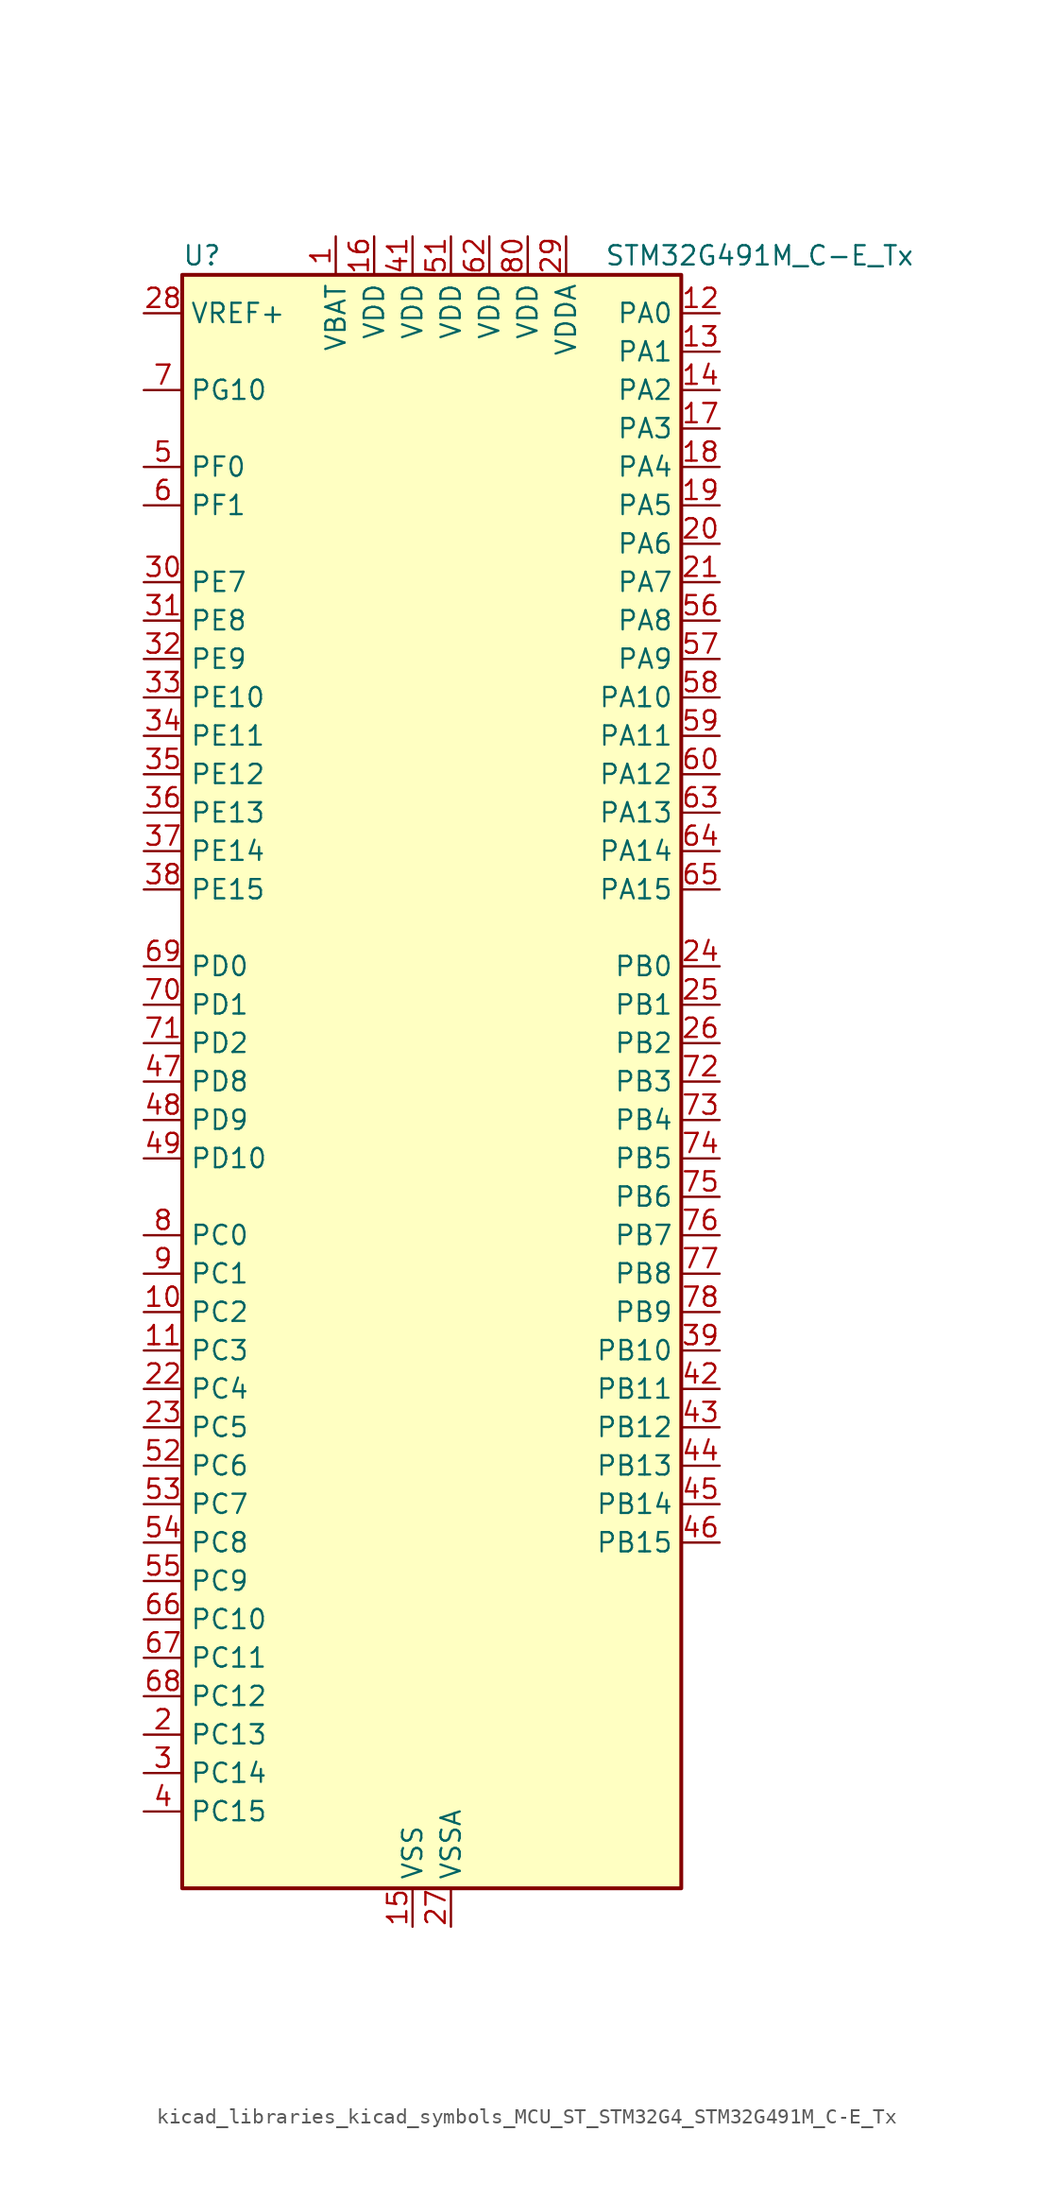
<source format=kicad_sym>
(kicad_symbol_lib
  (version 20220914)
  (generator kicad_symbol_editor)
  (symbol "kicad_libraries_kicad_symbols_MCU_ST_STM32G4_STM32G491M_C-E_Tx"
    (property "Reference" "U"
      (at -15.24 54.61 0)
      (effects (font (size 1.27 1.27)) (justify left)))
    (property "Value" "STM32G491M_C-E_Tx"
      (at 12.7 54.61 0)
      (effects (font (size 1.27 1.27)) (justify left)))
    (property "ki_locked" ""
      (at 0 0 0)
      (effects (font (size 1.27 1.27))))
    (symbol "kicad_libraries_kicad_symbols_MCU_ST_STM32G4_STM32G491M_C-E_Tx_0_1"
      (rectangle (start -15.24 -53.34) (end 17.78 53.34) (stroke (width 0.254) (type default)) (fill (type background))))
    (symbol "kicad_libraries_kicad_symbols_MCU_ST_STM32G4_STM32G491M_C-E_Tx_1_1"
      (pin power_in line (at -5.08 55.88 270) (length 2.54) (name "VBAT" (effects (font (size 1.27 1.27)))) (number "1" (effects (font (size 1.27 1.27)))))
      (pin bidirectional line (at -17.78 -15.24 0) (length 2.54) (name "PC2" (effects (font (size 1.27 1.27)))) (number "10" (effects (font (size 1.27 1.27)))) (alternate "ADC1_IN8" bidirectional line) (alternate "ADC2_IN8" bidirectional line) (alternate "ADC3_EXTI2" bidirectional line) (alternate "COMP3_OUT" bidirectional line) (alternate "LPTIM1_IN2" bidirectional line) (alternate "QUADSPI1_BK2_IO1" bidirectional line) (alternate "TIM1_CH3" bidirectional line) (alternate "TIM20_CH2" bidirectional line))
      (pin bidirectional line (at -17.78 -17.78 0) (length 2.54) (name "PC3" (effects (font (size 1.27 1.27)))) (number "11" (effects (font (size 1.27 1.27)))) (alternate "ADC1_IN9" bidirectional line) (alternate "ADC2_IN9" bidirectional line) (alternate "ADC3_EXTI3" bidirectional line) (alternate "LPTIM1_ETR" bidirectional line) (alternate "QUADSPI1_BK2_IO2" bidirectional line) (alternate "SAI1_D1" bidirectional line) (alternate "SAI1_SD_A" bidirectional line) (alternate "TIM1_BKIN2" bidirectional line) (alternate "TIM1_CH4" bidirectional line))
      (pin bidirectional line (at 20.32 50.8 180) (length 2.54) (name "PA0" (effects (font (size 1.27 1.27)))) (number "12" (effects (font (size 1.27 1.27)))) (alternate "ADC1_IN1" bidirectional line) (alternate "ADC2_IN1" bidirectional line) (alternate "COMP1_INM" bidirectional line) (alternate "COMP1_OUT" bidirectional line) (alternate "COMP3_INP" bidirectional line) (alternate "RTC_TAMP2" bidirectional line) (alternate "SYS_WKUP1" bidirectional line) (alternate "TIM2_CH1" bidirectional line) (alternate "TIM2_ETR" bidirectional line) (alternate "TIM8_BKIN" bidirectional line) (alternate "TIM8_ETR" bidirectional line) (alternate "USART2_CTS" bidirectional line) (alternate "USART2_NSS" bidirectional line))
      (pin bidirectional line (at 20.32 48.26 180) (length 2.54) (name "PA1" (effects (font (size 1.27 1.27)))) (number "13" (effects (font (size 1.27 1.27)))) (alternate "ADC1_IN2" bidirectional line) (alternate "ADC2_IN2" bidirectional line) (alternate "COMP1_INP" bidirectional line) (alternate "OPAMP1_VINP" bidirectional line) (alternate "OPAMP1_VINP_SEC" bidirectional line) (alternate "OPAMP3_VINP" bidirectional line) (alternate "OPAMP3_VINP_SEC" bidirectional line) (alternate "OPAMP6_VINM" bidirectional line) (alternate "OPAMP6_VINM0" bidirectional line) (alternate "OPAMP6_VINM_SEC" bidirectional line) (alternate "RTC_REFIN" bidirectional line) (alternate "TIM15_CH1N" bidirectional line) (alternate "TIM2_CH2" bidirectional line) (alternate "USART2_DE" bidirectional line) (alternate "USART2_RTS" bidirectional line))
      (pin bidirectional line (at 20.32 45.72 180) (length 2.54) (name "PA2" (effects (font (size 1.27 1.27)))) (number "14" (effects (font (size 1.27 1.27)))) (alternate "ADC1_IN3" bidirectional line) (alternate "ADC3_EXTI2" bidirectional line) (alternate "COMP2_INM" bidirectional line) (alternate "COMP2_OUT" bidirectional line) (alternate "LPUART1_TX" bidirectional line) (alternate "OPAMP1_VOUT" bidirectional line) (alternate "QUADSPI1_BK1_NCS" bidirectional line) (alternate "RCC_LSCO" bidirectional line) (alternate "SYS_WKUP4" bidirectional line) (alternate "TIM15_CH1" bidirectional line) (alternate "TIM2_CH3" bidirectional line) (alternate "UCPD1_FRSTX1" bidirectional line) (alternate "UCPD1_FRSTX2" bidirectional line) (alternate "USART2_TX" bidirectional line))
      (pin power_in line (at 0 -55.88 90) (length 2.54) (name "VSS" (effects (font (size 1.27 1.27)))) (number "15" (effects (font (size 1.27 1.27)))))
      (pin power_in line (at -2.54 55.88 270) (length 2.54) (name "VDD" (effects (font (size 1.27 1.27)))) (number "16" (effects (font (size 1.27 1.27)))))
      (pin bidirectional line (at 20.32 43.18 180) (length 2.54) (name "PA3" (effects (font (size 1.27 1.27)))) (number "17" (effects (font (size 1.27 1.27)))) (alternate "ADC1_IN4" bidirectional line) (alternate "ADC3_EXTI3" bidirectional line) (alternate "COMP2_INP" bidirectional line) (alternate "LPUART1_RX" bidirectional line) (alternate "OPAMP1_VINM" bidirectional line) (alternate "OPAMP1_VINM0" bidirectional line) (alternate "OPAMP1_VINM_SEC" bidirectional line) (alternate "OPAMP1_VINP" bidirectional line) (alternate "OPAMP1_VINP_SEC" bidirectional line) (alternate "QUADSPI1_CLK" bidirectional line) (alternate "SAI1_CK1" bidirectional line) (alternate "SAI1_MCLK_A" bidirectional line) (alternate "TIM15_CH2" bidirectional line) (alternate "TIM2_CH4" bidirectional line) (alternate "USART2_RX" bidirectional line))
      (pin bidirectional line (at 20.32 40.64 180) (length 2.54) (name "PA4" (effects (font (size 1.27 1.27)))) (number "18" (effects (font (size 1.27 1.27)))) (alternate "ADC2_IN17" bidirectional line) (alternate "COMP1_INM" bidirectional line) (alternate "DAC1_OUT1" bidirectional line) (alternate "I2S3_WS" bidirectional line) (alternate "SAI1_FS_B" bidirectional line) (alternate "SPI1_NSS" bidirectional line) (alternate "SPI3_NSS" bidirectional line) (alternate "TIM3_CH2" bidirectional line) (alternate "USART2_CK" bidirectional line))
      (pin bidirectional line (at 20.32 38.1 180) (length 2.54) (name "PA5" (effects (font (size 1.27 1.27)))) (number "19" (effects (font (size 1.27 1.27)))) (alternate "ADC2_IN13" bidirectional line) (alternate "COMP2_INM" bidirectional line) (alternate "DAC1_OUT2" bidirectional line) (alternate "OPAMP2_VINM" bidirectional line) (alternate "OPAMP2_VINM0" bidirectional line) (alternate "OPAMP2_VINM_SEC" bidirectional line) (alternate "SPI1_SCK" bidirectional line) (alternate "TIM2_CH1" bidirectional line) (alternate "TIM2_ETR" bidirectional line) (alternate "UCPD1_FRSTX1" bidirectional line) (alternate "UCPD1_FRSTX2" bidirectional line))
      (pin bidirectional line (at -17.78 -43.18 0) (length 2.54) (name "PC13" (effects (font (size 1.27 1.27)))) (number "2" (effects (font (size 1.27 1.27)))) (alternate "RTC_OUT1" bidirectional line) (alternate "RTC_TAMP1" bidirectional line) (alternate "RTC_TS" bidirectional line) (alternate "SYS_WKUP2" bidirectional line) (alternate "TIM1_BKIN" bidirectional line) (alternate "TIM1_CH1N" bidirectional line) (alternate "TIM8_CH4N" bidirectional line))
      (pin bidirectional line (at 20.32 35.56 180) (length 2.54) (name "PA6" (effects (font (size 1.27 1.27)))) (number "20" (effects (font (size 1.27 1.27)))) (alternate "ADC2_IN3" bidirectional line) (alternate "COMP1_OUT" bidirectional line) (alternate "LPUART1_CTS" bidirectional line) (alternate "OPAMP2_VOUT" bidirectional line) (alternate "QUADSPI1_BK1_IO3" bidirectional line) (alternate "SPI1_MISO" bidirectional line) (alternate "TIM16_CH1" bidirectional line) (alternate "TIM1_BKIN" bidirectional line) (alternate "TIM3_CH1" bidirectional line) (alternate "TIM8_BKIN" bidirectional line))
      (pin bidirectional line (at 20.32 33.02 180) (length 2.54) (name "PA7" (effects (font (size 1.27 1.27)))) (number "21" (effects (font (size 1.27 1.27)))) (alternate "ADC2_IN4" bidirectional line) (alternate "COMP2_INP" bidirectional line) (alternate "COMP2_OUT" bidirectional line) (alternate "OPAMP1_VINP" bidirectional line) (alternate "OPAMP1_VINP_SEC" bidirectional line) (alternate "OPAMP2_VINP" bidirectional line) (alternate "OPAMP2_VINP_SEC" bidirectional line) (alternate "QUADSPI1_BK1_IO2" bidirectional line) (alternate "SPI1_MOSI" bidirectional line) (alternate "TIM17_CH1" bidirectional line) (alternate "TIM1_CH1N" bidirectional line) (alternate "TIM3_CH2" bidirectional line) (alternate "TIM8_CH1N" bidirectional line) (alternate "UCPD1_FRSTX1" bidirectional line) (alternate "UCPD1_FRSTX2" bidirectional line))
      (pin bidirectional line (at -17.78 -20.32 0) (length 2.54) (name "PC4" (effects (font (size 1.27 1.27)))) (number "22" (effects (font (size 1.27 1.27)))) (alternate "ADC2_IN5" bidirectional line) (alternate "I2C2_SCL" bidirectional line) (alternate "QUADSPI1_BK2_IO3" bidirectional line) (alternate "TIM1_ETR" bidirectional line) (alternate "USART1_TX" bidirectional line))
      (pin bidirectional line (at -17.78 -22.86 0) (length 2.54) (name "PC5" (effects (font (size 1.27 1.27)))) (number "23" (effects (font (size 1.27 1.27)))) (alternate "ADC2_IN11" bidirectional line) (alternate "OPAMP1_VINM" bidirectional line) (alternate "OPAMP1_VINM1" bidirectional line) (alternate "OPAMP1_VINM_SEC" bidirectional line) (alternate "OPAMP2_VINM" bidirectional line) (alternate "OPAMP2_VINM1" bidirectional line) (alternate "OPAMP2_VINM_SEC" bidirectional line) (alternate "SAI1_D3" bidirectional line) (alternate "SYS_WKUP5" bidirectional line) (alternate "TIM15_BKIN" bidirectional line) (alternate "TIM1_CH4N" bidirectional line) (alternate "USART1_RX" bidirectional line))
      (pin bidirectional line (at 20.32 7.62 180) (length 2.54) (name "PB0" (effects (font (size 1.27 1.27)))) (number "24" (effects (font (size 1.27 1.27)))) (alternate "ADC1_IN15" bidirectional line) (alternate "ADC3_IN12" bidirectional line) (alternate "COMP4_INP" bidirectional line) (alternate "OPAMP2_VINP" bidirectional line) (alternate "OPAMP2_VINP_SEC" bidirectional line) (alternate "OPAMP3_VINP" bidirectional line) (alternate "OPAMP3_VINP_SEC" bidirectional line) (alternate "QUADSPI1_BK1_IO1" bidirectional line) (alternate "TIM1_CH2N" bidirectional line) (alternate "TIM3_CH3" bidirectional line) (alternate "TIM8_CH2N" bidirectional line) (alternate "UCPD1_FRSTX1" bidirectional line) (alternate "UCPD1_FRSTX2" bidirectional line))
      (pin bidirectional line (at 20.32 5.08 180) (length 2.54) (name "PB1" (effects (font (size 1.27 1.27)))) (number "25" (effects (font (size 1.27 1.27)))) (alternate "ADC1_IN12" bidirectional line) (alternate "ADC3_IN1" bidirectional line) (alternate "COMP1_INP" bidirectional line) (alternate "COMP4_OUT" bidirectional line) (alternate "LPUART1_DE" bidirectional line) (alternate "LPUART1_RTS" bidirectional line) (alternate "OPAMP3_VOUT" bidirectional line) (alternate "OPAMP6_VINM" bidirectional line) (alternate "OPAMP6_VINM1" bidirectional line) (alternate "OPAMP6_VINM_SEC" bidirectional line) (alternate "QUADSPI1_BK1_IO0" bidirectional line) (alternate "TIM1_CH3N" bidirectional line) (alternate "TIM3_CH4" bidirectional line) (alternate "TIM8_CH3N" bidirectional line))
      (pin bidirectional line (at 20.32 2.54 180) (length 2.54) (name "PB2" (effects (font (size 1.27 1.27)))) (number "26" (effects (font (size 1.27 1.27)))) (alternate "ADC2_IN12" bidirectional line) (alternate "ADC3_EXTI2" bidirectional line) (alternate "COMP4_INM" bidirectional line) (alternate "I2C3_SMBA" bidirectional line) (alternate "LPTIM1_OUT" bidirectional line) (alternate "OPAMP3_VINM" bidirectional line) (alternate "OPAMP3_VINM0" bidirectional line) (alternate "OPAMP3_VINM_SEC" bidirectional line) (alternate "QUADSPI1_BK2_IO1" bidirectional line) (alternate "RTC_OUT2" bidirectional line) (alternate "TIM20_CH1" bidirectional line))
      (pin power_in line (at 2.54 -55.88 90) (length 2.54) (name "VSSA" (effects (font (size 1.27 1.27)))) (number "27" (effects (font (size 1.27 1.27)))))
      (pin input line (at -17.78 50.8 0) (length 2.54) (name "VREF+" (effects (font (size 1.27 1.27)))) (number "28" (effects (font (size 1.27 1.27)))) (alternate "VREFBUF_OUT" bidirectional line))
      (pin power_in line (at 10.16 55.88 270) (length 2.54) (name "VDDA" (effects (font (size 1.27 1.27)))) (number "29" (effects (font (size 1.27 1.27)))))
      (pin bidirectional line (at -17.78 -45.72 0) (length 2.54) (name "PC14" (effects (font (size 1.27 1.27)))) (number "3" (effects (font (size 1.27 1.27)))) (alternate "RCC_OSC32_IN" bidirectional line))
      (pin bidirectional line (at -17.78 33.02 0) (length 2.54) (name "PE7" (effects (font (size 1.27 1.27)))) (number "30" (effects (font (size 1.27 1.27)))) (alternate "ADC3_IN4" bidirectional line) (alternate "COMP4_INP" bidirectional line) (alternate "SAI1_SD_B" bidirectional line) (alternate "TIM1_ETR" bidirectional line))
      (pin bidirectional line (at -17.78 30.48 0) (length 2.54) (name "PE8" (effects (font (size 1.27 1.27)))) (number "31" (effects (font (size 1.27 1.27)))) (alternate "ADC3_IN6" bidirectional line) (alternate "COMP4_INM" bidirectional line) (alternate "SAI1_SCK_B" bidirectional line) (alternate "TIM1_CH1N" bidirectional line))
      (pin bidirectional line (at -17.78 27.94 0) (length 2.54) (name "PE9" (effects (font (size 1.27 1.27)))) (number "32" (effects (font (size 1.27 1.27)))) (alternate "ADC3_IN2" bidirectional line) (alternate "DAC1_EXTI9" bidirectional line) (alternate "DAC3_EXTI9" bidirectional line) (alternate "SAI1_FS_B" bidirectional line) (alternate "TIM1_CH1" bidirectional line))
      (pin bidirectional line (at -17.78 25.4 0) (length 2.54) (name "PE10" (effects (font (size 1.27 1.27)))) (number "33" (effects (font (size 1.27 1.27)))) (alternate "ADC3_IN14" bidirectional line) (alternate "DAC1_EXTI10" bidirectional line) (alternate "DAC3_EXTI10" bidirectional line) (alternate "QUADSPI1_CLK" bidirectional line) (alternate "SAI1_MCLK_B" bidirectional line) (alternate "TIM1_CH2N" bidirectional line))
      (pin bidirectional line (at -17.78 22.86 0) (length 2.54) (name "PE11" (effects (font (size 1.27 1.27)))) (number "34" (effects (font (size 1.27 1.27)))) (alternate "ADC1_EXTI11" bidirectional line) (alternate "ADC2_EXTI11" bidirectional line) (alternate "ADC3_IN15" bidirectional line) (alternate "QUADSPI1_BK1_NCS" bidirectional line) (alternate "TIM1_CH2" bidirectional line))
      (pin bidirectional line (at -17.78 20.32 0) (length 2.54) (name "PE12" (effects (font (size 1.27 1.27)))) (number "35" (effects (font (size 1.27 1.27)))) (alternate "ADC3_IN16" bidirectional line) (alternate "QUADSPI1_BK1_IO0" bidirectional line) (alternate "TIM1_CH3N" bidirectional line))
      (pin bidirectional line (at -17.78 17.78 0) (length 2.54) (name "PE13" (effects (font (size 1.27 1.27)))) (number "36" (effects (font (size 1.27 1.27)))) (alternate "ADC3_IN3" bidirectional line) (alternate "QUADSPI1_BK1_IO1" bidirectional line) (alternate "TIM1_CH3" bidirectional line))
      (pin bidirectional line (at -17.78 15.24 0) (length 2.54) (name "PE14" (effects (font (size 1.27 1.27)))) (number "37" (effects (font (size 1.27 1.27)))) (alternate "QUADSPI1_BK1_IO2" bidirectional line) (alternate "TIM1_BKIN2" bidirectional line) (alternate "TIM1_CH4" bidirectional line))
      (pin bidirectional line (at -17.78 12.7 0) (length 2.54) (name "PE15" (effects (font (size 1.27 1.27)))) (number "38" (effects (font (size 1.27 1.27)))) (alternate "ADC1_EXTI15" bidirectional line) (alternate "ADC2_EXTI15" bidirectional line) (alternate "QUADSPI1_BK1_IO3" bidirectional line) (alternate "TIM1_BKIN" bidirectional line) (alternate "TIM1_CH4N" bidirectional line) (alternate "USART3_RX" bidirectional line))
      (pin bidirectional line (at 20.32 -17.78 180) (length 2.54) (name "PB10" (effects (font (size 1.27 1.27)))) (number "39" (effects (font (size 1.27 1.27)))) (alternate "DAC1_EXTI10" bidirectional line) (alternate "DAC3_EXTI10" bidirectional line) (alternate "LPUART1_RX" bidirectional line) (alternate "OPAMP3_VINM" bidirectional line) (alternate "OPAMP3_VINM1" bidirectional line) (alternate "OPAMP3_VINM_SEC" bidirectional line) (alternate "QUADSPI1_CLK" bidirectional line) (alternate "SAI1_SCK_A" bidirectional line) (alternate "TIM1_BKIN" bidirectional line) (alternate "TIM2_CH3" bidirectional line) (alternate "USART3_TX" bidirectional line))
      (pin bidirectional line (at -17.78 -48.26 0) (length 2.54) (name "PC15" (effects (font (size 1.27 1.27)))) (number "4" (effects (font (size 1.27 1.27)))) (alternate "ADC1_EXTI15" bidirectional line) (alternate "ADC2_EXTI15" bidirectional line) (alternate "RCC_OSC32_OUT" bidirectional line))
      (pin passive line (at 0 -55.88 90) (length 2.54) hide (name "VSS" (effects (font (size 1.27 1.27)))) (number "40" (effects (font (size 1.27 1.27)))))
      (pin power_in line (at 0 55.88 270) (length 2.54) (name "VDD" (effects (font (size 1.27 1.27)))) (number "41" (effects (font (size 1.27 1.27)))))
      (pin bidirectional line (at 20.32 -20.32 180) (length 2.54) (name "PB11" (effects (font (size 1.27 1.27)))) (number "42" (effects (font (size 1.27 1.27)))) (alternate "ADC1_EXTI11" bidirectional line) (alternate "ADC1_IN14" bidirectional line) (alternate "ADC2_EXTI11" bidirectional line) (alternate "ADC2_IN14" bidirectional line) (alternate "LPUART1_TX" bidirectional line) (alternate "OPAMP6_VOUT" bidirectional line) (alternate "QUADSPI1_BK1_NCS" bidirectional line) (alternate "TIM2_CH4" bidirectional line) (alternate "USART3_RX" bidirectional line))
      (pin bidirectional line (at 20.32 -22.86 180) (length 2.54) (name "PB12" (effects (font (size 1.27 1.27)))) (number "43" (effects (font (size 1.27 1.27)))) (alternate "ADC1_IN11" bidirectional line) (alternate "FDCAN2_RX" bidirectional line) (alternate "I2C2_SMBA" bidirectional line) (alternate "I2S2_WS" bidirectional line) (alternate "LPUART1_DE" bidirectional line) (alternate "LPUART1_RTS" bidirectional line) (alternate "OPAMP6_VINP" bidirectional line) (alternate "OPAMP6_VINP_SEC" bidirectional line) (alternate "SPI2_NSS" bidirectional line) (alternate "TIM1_BKIN" bidirectional line) (alternate "USART3_CK" bidirectional line))
      (pin bidirectional line (at 20.32 -25.4 180) (length 2.54) (name "PB13" (effects (font (size 1.27 1.27)))) (number "44" (effects (font (size 1.27 1.27)))) (alternate "ADC3_IN5" bidirectional line) (alternate "FDCAN2_TX" bidirectional line) (alternate "I2S2_CK" bidirectional line) (alternate "LPUART1_CTS" bidirectional line) (alternate "OPAMP3_VINP" bidirectional line) (alternate "OPAMP3_VINP_SEC" bidirectional line) (alternate "OPAMP6_VINP" bidirectional line) (alternate "OPAMP6_VINP_SEC" bidirectional line) (alternate "SPI2_SCK" bidirectional line) (alternate "TIM1_CH1N" bidirectional line) (alternate "USART3_CTS" bidirectional line) (alternate "USART3_NSS" bidirectional line))
      (pin bidirectional line (at 20.32 -27.94 180) (length 2.54) (name "PB14" (effects (font (size 1.27 1.27)))) (number "45" (effects (font (size 1.27 1.27)))) (alternate "ADC1_IN5" bidirectional line) (alternate "COMP4_OUT" bidirectional line) (alternate "OPAMP2_VINP" bidirectional line) (alternate "OPAMP2_VINP_SEC" bidirectional line) (alternate "SPI2_MISO" bidirectional line) (alternate "TIM15_CH1" bidirectional line) (alternate "TIM1_CH2N" bidirectional line) (alternate "USART3_DE" bidirectional line) (alternate "USART3_RTS" bidirectional line))
      (pin bidirectional line (at 20.32 -30.48 180) (length 2.54) (name "PB15" (effects (font (size 1.27 1.27)))) (number "46" (effects (font (size 1.27 1.27)))) (alternate "ADC1_EXTI15" bidirectional line) (alternate "ADC2_EXTI15" bidirectional line) (alternate "ADC2_IN15" bidirectional line) (alternate "COMP3_OUT" bidirectional line) (alternate "I2S2_SD" bidirectional line) (alternate "RTC_REFIN" bidirectional line) (alternate "SPI2_MOSI" bidirectional line) (alternate "TIM15_CH1N" bidirectional line) (alternate "TIM15_CH2" bidirectional line) (alternate "TIM1_CH3N" bidirectional line))
      (pin bidirectional line (at -17.78 0 0) (length 2.54) (name "PD8" (effects (font (size 1.27 1.27)))) (number "47" (effects (font (size 1.27 1.27)))) (alternate "USART3_TX" bidirectional line))
      (pin bidirectional line (at -17.78 -2.54 0) (length 2.54) (name "PD9" (effects (font (size 1.27 1.27)))) (number "48" (effects (font (size 1.27 1.27)))) (alternate "DAC1_EXTI9" bidirectional line) (alternate "DAC3_EXTI9" bidirectional line) (alternate "OPAMP6_VINP" bidirectional line) (alternate "OPAMP6_VINP_SEC" bidirectional line) (alternate "USART3_RX" bidirectional line))
      (pin bidirectional line (at -17.78 -5.08 0) (length 2.54) (name "PD10" (effects (font (size 1.27 1.27)))) (number "49" (effects (font (size 1.27 1.27)))) (alternate "ADC3_IN7" bidirectional line) (alternate "DAC1_EXTI10" bidirectional line) (alternate "DAC3_EXTI10" bidirectional line) (alternate "USART3_CK" bidirectional line))
      (pin bidirectional line (at -17.78 40.64 0) (length 2.54) (name "PF0" (effects (font (size 1.27 1.27)))) (number "5" (effects (font (size 1.27 1.27)))) (alternate "ADC1_IN10" bidirectional line) (alternate "I2C2_SDA" bidirectional line) (alternate "I2S2_WS" bidirectional line) (alternate "RCC_OSC_IN" bidirectional line) (alternate "SPI2_NSS" bidirectional line) (alternate "TIM1_CH3N" bidirectional line))
      (pin passive line (at 0 -55.88 90) (length 2.54) hide (name "VSS" (effects (font (size 1.27 1.27)))) (number "50" (effects (font (size 1.27 1.27)))))
      (pin power_in line (at 2.54 55.88 270) (length 2.54) (name "VDD" (effects (font (size 1.27 1.27)))) (number "51" (effects (font (size 1.27 1.27)))))
      (pin bidirectional line (at -17.78 -25.4 0) (length 2.54) (name "PC6" (effects (font (size 1.27 1.27)))) (number "52" (effects (font (size 1.27 1.27)))) (alternate "I2S2_MCK" bidirectional line) (alternate "TIM3_CH1" bidirectional line) (alternate "TIM8_CH1" bidirectional line))
      (pin bidirectional line (at -17.78 -27.94 0) (length 2.54) (name "PC7" (effects (font (size 1.27 1.27)))) (number "53" (effects (font (size 1.27 1.27)))) (alternate "I2S3_MCK" bidirectional line) (alternate "TIM3_CH2" bidirectional line) (alternate "TIM8_CH2" bidirectional line))
      (pin bidirectional line (at -17.78 -30.48 0) (length 2.54) (name "PC8" (effects (font (size 1.27 1.27)))) (number "54" (effects (font (size 1.27 1.27)))) (alternate "I2C3_SCL" bidirectional line) (alternate "TIM20_CH3" bidirectional line) (alternate "TIM3_CH3" bidirectional line) (alternate "TIM8_CH3" bidirectional line))
      (pin bidirectional line (at -17.78 -33.02 0) (length 2.54) (name "PC9" (effects (font (size 1.27 1.27)))) (number "55" (effects (font (size 1.27 1.27)))) (alternate "DAC1_EXTI9" bidirectional line) (alternate "DAC3_EXTI9" bidirectional line) (alternate "I2C3_SDA" bidirectional line) (alternate "I2S_CKIN" bidirectional line) (alternate "TIM3_CH4" bidirectional line) (alternate "TIM8_BKIN2" bidirectional line) (alternate "TIM8_CH4" bidirectional line))
      (pin bidirectional line (at 20.32 30.48 180) (length 2.54) (name "PA8" (effects (font (size 1.27 1.27)))) (number "56" (effects (font (size 1.27 1.27)))) (alternate "I2C2_SDA" bidirectional line) (alternate "I2C3_SCL" bidirectional line) (alternate "I2S2_MCK" bidirectional line) (alternate "RCC_MCO" bidirectional line) (alternate "SAI1_CK2" bidirectional line) (alternate "SAI1_SCK_A" bidirectional line) (alternate "TIM1_CH1" bidirectional line) (alternate "TIM4_ETR" bidirectional line) (alternate "USART1_CK" bidirectional line))
      (pin bidirectional line (at 20.32 27.94 180) (length 2.54) (name "PA9" (effects (font (size 1.27 1.27)))) (number "57" (effects (font (size 1.27 1.27)))) (alternate "DAC1_EXTI9" bidirectional line) (alternate "DAC3_EXTI9" bidirectional line) (alternate "I2C2_SCL" bidirectional line) (alternate "I2C3_SMBA" bidirectional line) (alternate "I2S3_MCK" bidirectional line) (alternate "SAI1_FS_A" bidirectional line) (alternate "TIM15_BKIN" bidirectional line) (alternate "TIM1_CH2" bidirectional line) (alternate "TIM2_CH3" bidirectional line) (alternate "UCPD1_DBCC1" bidirectional line) (alternate "USART1_TX" bidirectional line))
      (pin bidirectional line (at 20.32 25.4 180) (length 2.54) (name "PA10" (effects (font (size 1.27 1.27)))) (number "58" (effects (font (size 1.27 1.27)))) (alternate "CRS_SYNC" bidirectional line) (alternate "DAC1_EXTI10" bidirectional line) (alternate "DAC3_EXTI10" bidirectional line) (alternate "I2C2_SMBA" bidirectional line) (alternate "SAI1_D1" bidirectional line) (alternate "SAI1_SD_A" bidirectional line) (alternate "SPI2_MISO" bidirectional line) (alternate "TIM17_BKIN" bidirectional line) (alternate "TIM1_CH3" bidirectional line) (alternate "TIM2_CH4" bidirectional line) (alternate "TIM8_BKIN" bidirectional line) (alternate "UCPD1_DBCC2" bidirectional line) (alternate "USART1_RX" bidirectional line))
      (pin bidirectional line (at 20.32 22.86 180) (length 2.54) (name "PA11" (effects (font (size 1.27 1.27)))) (number "59" (effects (font (size 1.27 1.27)))) (alternate "ADC1_EXTI11" bidirectional line) (alternate "ADC2_EXTI11" bidirectional line) (alternate "COMP1_OUT" bidirectional line) (alternate "FDCAN1_RX" bidirectional line) (alternate "I2S2_SD" bidirectional line) (alternate "SPI2_MOSI" bidirectional line) (alternate "TIM1_BKIN2" bidirectional line) (alternate "TIM1_CH1N" bidirectional line) (alternate "TIM1_CH4" bidirectional line) (alternate "TIM4_CH1" bidirectional line) (alternate "USART1_CTS" bidirectional line) (alternate "USART1_NSS" bidirectional line) (alternate "USB_DM" bidirectional line))
      (pin bidirectional line (at -17.78 38.1 0) (length 2.54) (name "PF1" (effects (font (size 1.27 1.27)))) (number "6" (effects (font (size 1.27 1.27)))) (alternate "ADC2_IN10" bidirectional line) (alternate "COMP3_INM" bidirectional line) (alternate "I2S2_CK" bidirectional line) (alternate "RCC_OSC_OUT" bidirectional line) (alternate "SPI2_SCK" bidirectional line))
      (pin bidirectional line (at 20.32 20.32 180) (length 2.54) (name "PA12" (effects (font (size 1.27 1.27)))) (number "60" (effects (font (size 1.27 1.27)))) (alternate "COMP2_OUT" bidirectional line) (alternate "FDCAN1_TX" bidirectional line) (alternate "I2S_CKIN" bidirectional line) (alternate "TIM16_CH1" bidirectional line) (alternate "TIM1_CH2N" bidirectional line) (alternate "TIM1_ETR" bidirectional line) (alternate "TIM4_CH2" bidirectional line) (alternate "USART1_DE" bidirectional line) (alternate "USART1_RTS" bidirectional line) (alternate "USB_DP" bidirectional line))
      (pin passive line (at 0 -55.88 90) (length 2.54) hide (name "VSS" (effects (font (size 1.27 1.27)))) (number "61" (effects (font (size 1.27 1.27)))))
      (pin power_in line (at 5.08 55.88 270) (length 2.54) (name "VDD" (effects (font (size 1.27 1.27)))) (number "62" (effects (font (size 1.27 1.27)))))
      (pin bidirectional line (at 20.32 17.78 180) (length 2.54) (name "PA13" (effects (font (size 1.27 1.27)))) (number "63" (effects (font (size 1.27 1.27)))) (alternate "I2C1_SCL" bidirectional line) (alternate "IR_OUT" bidirectional line) (alternate "SAI1_SD_B" bidirectional line) (alternate "SYS_JTMS-SWDIO" bidirectional line) (alternate "TIM16_CH1N" bidirectional line) (alternate "TIM4_CH3" bidirectional line) (alternate "USART3_CTS" bidirectional line) (alternate "USART3_NSS" bidirectional line))
      (pin bidirectional line (at 20.32 15.24 180) (length 2.54) (name "PA14" (effects (font (size 1.27 1.27)))) (number "64" (effects (font (size 1.27 1.27)))) (alternate "I2C1_SDA" bidirectional line) (alternate "LPTIM1_OUT" bidirectional line) (alternate "SAI1_FS_B" bidirectional line) (alternate "SYS_JTCK-SWCLK" bidirectional line) (alternate "TIM1_BKIN" bidirectional line) (alternate "TIM8_CH2" bidirectional line) (alternate "USART2_TX" bidirectional line))
      (pin bidirectional line (at 20.32 12.7 180) (length 2.54) (name "PA15" (effects (font (size 1.27 1.27)))) (number "65" (effects (font (size 1.27 1.27)))) (alternate "ADC1_EXTI15" bidirectional line) (alternate "ADC2_EXTI15" bidirectional line) (alternate "I2C1_SCL" bidirectional line) (alternate "I2S3_WS" bidirectional line) (alternate "SPI1_NSS" bidirectional line) (alternate "SPI3_NSS" bidirectional line) (alternate "SYS_JTDI" bidirectional line) (alternate "TIM1_BKIN" bidirectional line) (alternate "TIM20_ETR" bidirectional line) (alternate "TIM2_CH1" bidirectional line) (alternate "TIM2_ETR" bidirectional line) (alternate "TIM8_CH1" bidirectional line) (alternate "UART4_DE" bidirectional line) (alternate "UART4_RTS" bidirectional line) (alternate "USART2_RX" bidirectional line))
      (pin bidirectional line (at -17.78 -35.56 0) (length 2.54) (name "PC10" (effects (font (size 1.27 1.27)))) (number "66" (effects (font (size 1.27 1.27)))) (alternate "DAC1_EXTI10" bidirectional line) (alternate "DAC3_EXTI10" bidirectional line) (alternate "I2S3_CK" bidirectional line) (alternate "SPI3_SCK" bidirectional line) (alternate "TIM8_CH1N" bidirectional line) (alternate "UART4_TX" bidirectional line) (alternate "USART3_TX" bidirectional line))
      (pin bidirectional line (at -17.78 -38.1 0) (length 2.54) (name "PC11" (effects (font (size 1.27 1.27)))) (number "67" (effects (font (size 1.27 1.27)))) (alternate "ADC1_EXTI11" bidirectional line) (alternate "ADC2_EXTI11" bidirectional line) (alternate "I2C3_SDA" bidirectional line) (alternate "SPI3_MISO" bidirectional line) (alternate "TIM8_CH2N" bidirectional line) (alternate "UART4_RX" bidirectional line) (alternate "USART3_RX" bidirectional line))
      (pin bidirectional line (at -17.78 -40.64 0) (length 2.54) (name "PC12" (effects (font (size 1.27 1.27)))) (number "68" (effects (font (size 1.27 1.27)))) (alternate "I2S3_SD" bidirectional line) (alternate "SPI3_MOSI" bidirectional line) (alternate "TIM8_CH3N" bidirectional line) (alternate "UART5_TX" bidirectional line) (alternate "UCPD1_FRSTX1" bidirectional line) (alternate "UCPD1_FRSTX2" bidirectional line) (alternate "USART3_CK" bidirectional line))
      (pin bidirectional line (at -17.78 7.62 0) (length 2.54) (name "PD0" (effects (font (size 1.27 1.27)))) (number "69" (effects (font (size 1.27 1.27)))) (alternate "FDCAN1_RX" bidirectional line) (alternate "TIM8_CH4N" bidirectional line))
      (pin bidirectional line (at -17.78 45.72 0) (length 2.54) (name "PG10" (effects (font (size 1.27 1.27)))) (number "7" (effects (font (size 1.27 1.27)))) (alternate "DAC1_EXTI10" bidirectional line) (alternate "DAC3_EXTI10" bidirectional line) (alternate "RCC_MCO" bidirectional line))
      (pin bidirectional line (at -17.78 5.08 0) (length 2.54) (name "PD1" (effects (font (size 1.27 1.27)))) (number "70" (effects (font (size 1.27 1.27)))) (alternate "FDCAN1_TX" bidirectional line) (alternate "TIM8_BKIN2" bidirectional line) (alternate "TIM8_CH4" bidirectional line))
      (pin bidirectional line (at -17.78 2.54 0) (length 2.54) (name "PD2" (effects (font (size 1.27 1.27)))) (number "71" (effects (font (size 1.27 1.27)))) (alternate "ADC3_EXTI2" bidirectional line) (alternate "TIM3_ETR" bidirectional line) (alternate "TIM8_BKIN" bidirectional line) (alternate "UART5_RX" bidirectional line))
      (pin bidirectional line (at 20.32 0 180) (length 2.54) (name "PB3" (effects (font (size 1.27 1.27)))) (number "72" (effects (font (size 1.27 1.27)))) (alternate "ADC3_EXTI3" bidirectional line) (alternate "CRS_SYNC" bidirectional line) (alternate "I2S3_CK" bidirectional line) (alternate "SAI1_SCK_B" bidirectional line) (alternate "SPI1_SCK" bidirectional line) (alternate "SPI3_SCK" bidirectional line) (alternate "SYS_JTDO-SWO" bidirectional line) (alternate "TIM2_CH2" bidirectional line) (alternate "TIM3_ETR" bidirectional line) (alternate "TIM4_ETR" bidirectional line) (alternate "TIM8_CH1N" bidirectional line) (alternate "USART2_TX" bidirectional line))
      (pin bidirectional line (at 20.32 -2.54 180) (length 2.54) (name "PB4" (effects (font (size 1.27 1.27)))) (number "73" (effects (font (size 1.27 1.27)))) (alternate "SAI1_MCLK_B" bidirectional line) (alternate "SPI1_MISO" bidirectional line) (alternate "SPI3_MISO" bidirectional line) (alternate "SYS_JTRST" bidirectional line) (alternate "TIM16_CH1" bidirectional line) (alternate "TIM17_BKIN" bidirectional line) (alternate "TIM3_CH1" bidirectional line) (alternate "TIM8_CH2N" bidirectional line) (alternate "UART5_DE" bidirectional line) (alternate "UART5_RTS" bidirectional line) (alternate "UCPD1_CC2" bidirectional line) (alternate "USART2_RX" bidirectional line))
      (pin bidirectional line (at 20.32 -5.08 180) (length 2.54) (name "PB5" (effects (font (size 1.27 1.27)))) (number "74" (effects (font (size 1.27 1.27)))) (alternate "FDCAN2_RX" bidirectional line) (alternate "I2C1_SMBA" bidirectional line) (alternate "I2C3_SDA" bidirectional line) (alternate "I2S3_SD" bidirectional line) (alternate "LPTIM1_IN1" bidirectional line) (alternate "SAI1_SD_B" bidirectional line) (alternate "SPI1_MOSI" bidirectional line) (alternate "SPI3_MOSI" bidirectional line) (alternate "TIM16_BKIN" bidirectional line) (alternate "TIM17_CH1" bidirectional line) (alternate "TIM3_CH2" bidirectional line) (alternate "TIM8_CH3N" bidirectional line) (alternate "UART5_CTS" bidirectional line) (alternate "USART2_CK" bidirectional line))
      (pin bidirectional line (at 20.32 -7.62 180) (length 2.54) (name "PB6" (effects (font (size 1.27 1.27)))) (number "75" (effects (font (size 1.27 1.27)))) (alternate "COMP4_OUT" bidirectional line) (alternate "FDCAN2_TX" bidirectional line) (alternate "LPTIM1_ETR" bidirectional line) (alternate "SAI1_FS_B" bidirectional line) (alternate "TIM16_CH1N" bidirectional line) (alternate "TIM4_CH1" bidirectional line) (alternate "TIM8_BKIN2" bidirectional line) (alternate "TIM8_CH1" bidirectional line) (alternate "TIM8_ETR" bidirectional line) (alternate "UCPD1_CC1" bidirectional line) (alternate "USART1_TX" bidirectional line))
      (pin bidirectional line (at 20.32 -10.16 180) (length 2.54) (name "PB7" (effects (font (size 1.27 1.27)))) (number "76" (effects (font (size 1.27 1.27)))) (alternate "COMP3_OUT" bidirectional line) (alternate "I2C1_SDA" bidirectional line) (alternate "LPTIM1_IN2" bidirectional line) (alternate "SYS_PVD_IN" bidirectional line) (alternate "TIM17_CH1N" bidirectional line) (alternate "TIM3_CH4" bidirectional line) (alternate "TIM4_CH2" bidirectional line) (alternate "TIM8_BKIN" bidirectional line) (alternate "UART4_CTS" bidirectional line) (alternate "USART1_RX" bidirectional line))
      (pin bidirectional line (at 20.32 -12.7 180) (length 2.54) (name "PB8" (effects (font (size 1.27 1.27)))) (number "77" (effects (font (size 1.27 1.27)))) (alternate "COMP1_OUT" bidirectional line) (alternate "FDCAN1_RX" bidirectional line) (alternate "I2C1_SCL" bidirectional line) (alternate "SAI1_CK1" bidirectional line) (alternate "SAI1_MCLK_A" bidirectional line) (alternate "TIM16_CH1" bidirectional line) (alternate "TIM1_BKIN" bidirectional line) (alternate "TIM4_CH3" bidirectional line) (alternate "TIM8_CH2" bidirectional line) (alternate "USART3_RX" bidirectional line))
      (pin bidirectional line (at 20.32 -15.24 180) (length 2.54) (name "PB9" (effects (font (size 1.27 1.27)))) (number "78" (effects (font (size 1.27 1.27)))) (alternate "COMP2_OUT" bidirectional line) (alternate "DAC1_EXTI9" bidirectional line) (alternate "DAC3_EXTI9" bidirectional line) (alternate "FDCAN1_TX" bidirectional line) (alternate "I2C1_SDA" bidirectional line) (alternate "IR_OUT" bidirectional line) (alternate "SAI1_D2" bidirectional line) (alternate "SAI1_FS_A" bidirectional line) (alternate "TIM17_CH1" bidirectional line) (alternate "TIM1_CH3N" bidirectional line) (alternate "TIM4_CH4" bidirectional line) (alternate "TIM8_CH3" bidirectional line) (alternate "USART3_TX" bidirectional line))
      (pin passive line (at 0 -55.88 90) (length 2.54) hide (name "VSS" (effects (font (size 1.27 1.27)))) (number "79" (effects (font (size 1.27 1.27)))))
      (pin bidirectional line (at -17.78 -10.16 0) (length 2.54) (name "PC0" (effects (font (size 1.27 1.27)))) (number "8" (effects (font (size 1.27 1.27)))) (alternate "ADC1_IN6" bidirectional line) (alternate "ADC2_IN6" bidirectional line) (alternate "COMP3_INM" bidirectional line) (alternate "LPTIM1_IN1" bidirectional line) (alternate "LPUART1_RX" bidirectional line) (alternate "TIM1_CH1" bidirectional line))
      (pin power_in line (at 7.62 55.88 270) (length 2.54) (name "VDD" (effects (font (size 1.27 1.27)))) (number "80" (effects (font (size 1.27 1.27)))))
      (pin bidirectional line (at -17.78 -12.7 0) (length 2.54) (name "PC1" (effects (font (size 1.27 1.27)))) (number "9" (effects (font (size 1.27 1.27)))) (alternate "ADC1_IN7" bidirectional line) (alternate "ADC2_IN7" bidirectional line) (alternate "COMP3_INP" bidirectional line) (alternate "LPTIM1_OUT" bidirectional line) (alternate "LPUART1_TX" bidirectional line) (alternate "QUADSPI1_BK2_IO0" bidirectional line) (alternate "SAI1_SD_A" bidirectional line) (alternate "TIM1_CH2" bidirectional line)))))
</source>
